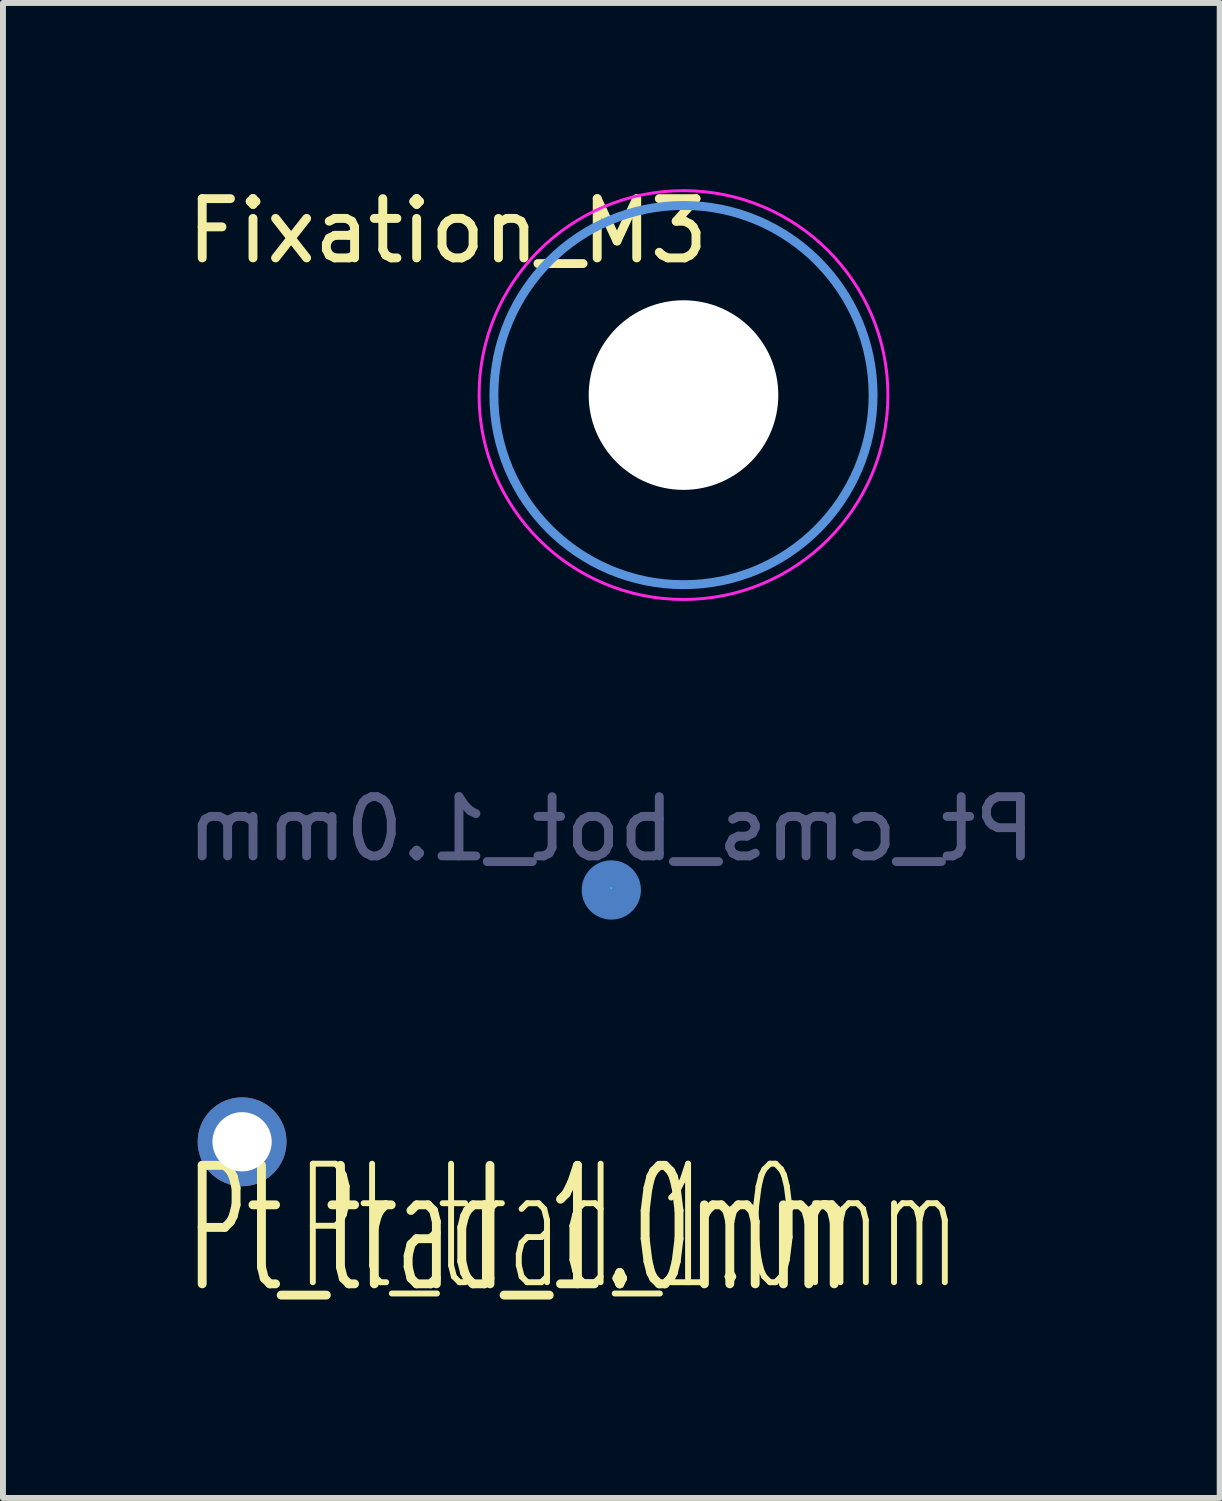
<source format=kicad_pcb>
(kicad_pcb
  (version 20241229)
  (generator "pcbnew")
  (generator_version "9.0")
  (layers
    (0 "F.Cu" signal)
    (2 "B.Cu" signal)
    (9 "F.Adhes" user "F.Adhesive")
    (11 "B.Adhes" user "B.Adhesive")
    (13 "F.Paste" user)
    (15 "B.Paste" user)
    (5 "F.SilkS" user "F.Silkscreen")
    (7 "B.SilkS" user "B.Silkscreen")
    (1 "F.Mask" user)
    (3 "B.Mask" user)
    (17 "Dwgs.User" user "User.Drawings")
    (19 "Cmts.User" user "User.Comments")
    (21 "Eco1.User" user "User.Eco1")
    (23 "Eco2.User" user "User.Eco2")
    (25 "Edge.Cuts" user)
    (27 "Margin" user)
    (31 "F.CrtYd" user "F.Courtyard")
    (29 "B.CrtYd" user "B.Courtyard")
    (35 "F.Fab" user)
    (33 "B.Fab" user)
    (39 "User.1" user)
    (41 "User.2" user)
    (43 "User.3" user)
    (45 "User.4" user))
  (footprint "Pt_trad_1.0mm"
    (layer "F.Cu")
    (at 1.036 16.221)
    (property "Reference" "Pt_trad_1.0mm" (at 4.66 1.48 0) (layer "F.SilkS") (effects (font (size 2 1) (thickness 0.15))))
    (attr through_hole)
    (fp_text user "${REFERENCE}" (at 0.89 2.62 0) (unlocked yes) (layer "F.SilkS") (effects (font (size 2 1) (thickness 0.1)) (justify left bottom)))
    (pad "1" thru_hole circle (at 0 0) (size 1.5 1.5) (drill 1) (layers "*.Cu" "*.Mask")))
  (footprint "Fixation_M3"
    (layer "F.Cu")
    (at 8.486 3.618)
    (property "Reference" "Fixation_M3" (at -3.98 -2.77 180) (layer "F.SilkS") (effects (font (size 1 1) (thickness 0.15))))
    (attr exclude_from_pos_files exclude_from_bom)
    (fp_circle (center 0 0) (end 3.2 0) (stroke (width 0.15) (type solid)) (fill no) (layer "Cmts.User"))
    (fp_circle (center 0 0) (end 3.45 0) (stroke (width 0.05) (type solid)) (fill no) (layer "F.CrtYd"))
    (pad "" np_thru_hole circle (at 0 0) (size 3.2 3.2) (drill 3.2) (layers "*.Cu" "*.Mask")))
  (footprint "Pt_cms_bot_1.0mm"
    (layer "F.Cu")
    (at 7.268 11.941)
    (property "Reference" "Pt_cms_bot_1.0mm" (at 0 -1 0) (layer "B.SilkS") (effects (font (size 1 1) (thickness 0.1)) (justify mirror)))
    (attr smd)
    (fp_circle (center 0 0) (end 0.01 0) (stroke (width 0.01) (type default)) (fill no) (layer "B.CrtYd"))
    (fp_text user "${REFERENCE}" (at 0 -1 180) (layer "B.Fab") (effects (font (size 1 1) (thickness 0.15)) (justify mirror)))
    (pad "1" smd circle (at 0 0.03) (size 1 1) (layers "B.Cu" "B.Mask")))
  (gr_rect
    (start -3 -3)
    (end 17.536 22.233)
    (stroke (width 0.1) (type default))
    (fill no)
    (layer "Edge.Cuts")))
</source>
